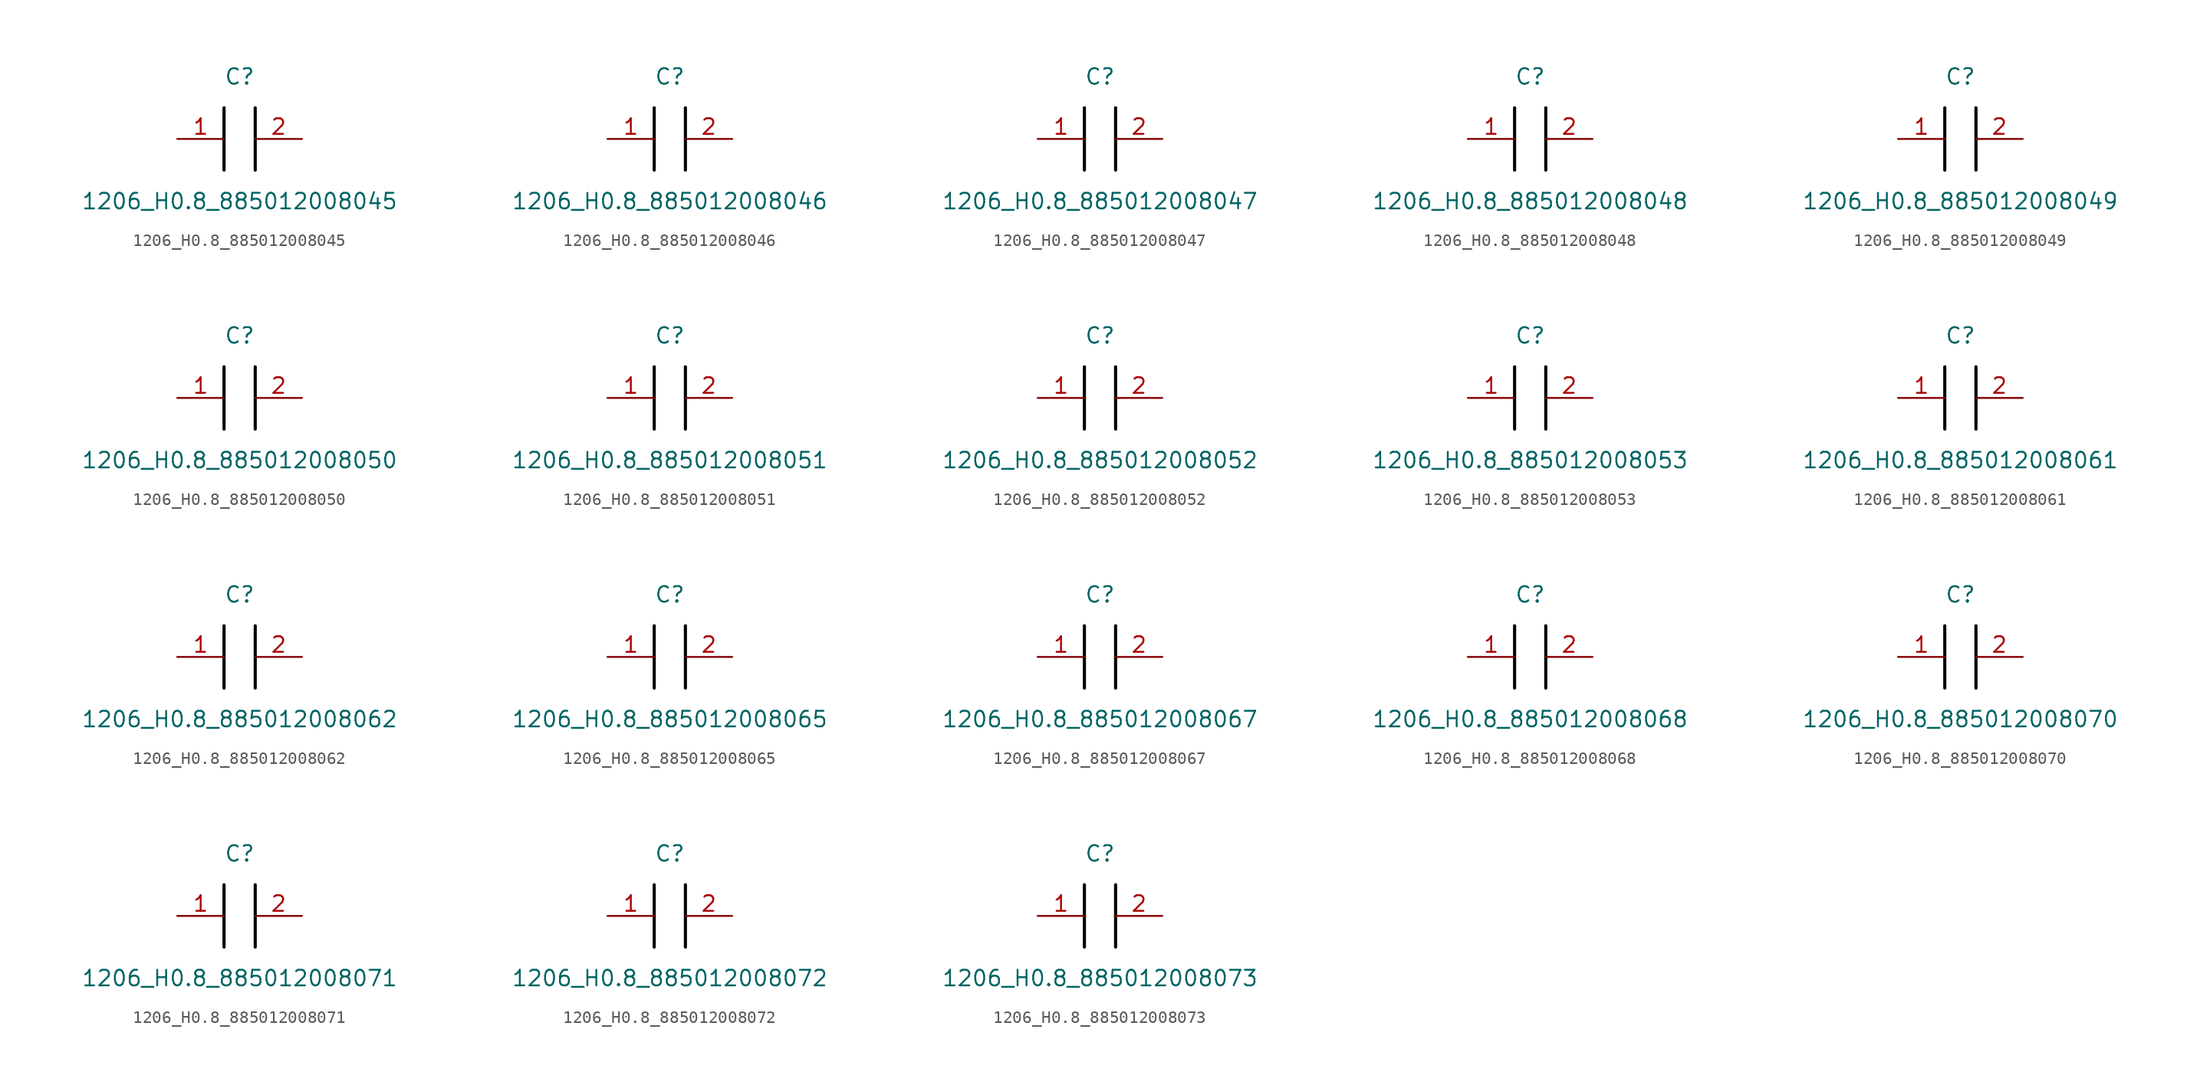
<source format=kicad_sym>
(kicad_symbol_lib
  (version 20220914)
  (generator kicad_symbol_editor)
  (symbol "1206_H0.8_885012008045"
    (pin_names hide)
    (property "Reference" "C"
      (at 0 5.08 0)
      (effects (font (size 1.27 1.27))))
    (property "Value" "1206_H0.8_885012008045"
      (at 0 -5.08 0)
      (effects (font (size 1.27 1.27))))
    (symbol "1206_H0.8_885012008045_1_1"
      (polyline (pts (xy -1.27 2.54) (xy -1.27 -2.54)) (stroke (width 0.254) (type default) (color 0 0 0 1)) (fill (type none)))
      (polyline (pts (xy 1.27 2.54) (xy 1.27 -2.54)) (stroke (width 0.254) (type default) (color 0 0 0 1)) (fill (type none)))
      (pin passive line (at -5.08 0 0) (length 3.81) (name "1" (effects (font (size 1.27 1.27)))) (number "1" (effects (font (size 1.27 1.27)))))
      (pin passive line (at 5.08 0 180) (length 3.81) (name "2" (effects (font (size 1.27 1.27)))) (number "2" (effects (font (size 1.27 1.27)))))))
  (symbol "1206_H0.8_885012008046"
    (pin_names hide)
    (property "Reference" "C"
      (at 0 5.08 0)
      (effects (font (size 1.27 1.27))))
    (property "Value" "1206_H0.8_885012008046"
      (at 0 -5.08 0)
      (effects (font (size 1.27 1.27))))
    (symbol "1206_H0.8_885012008046_1_1"
      (polyline (pts (xy -1.27 2.54) (xy -1.27 -2.54)) (stroke (width 0.254) (type default) (color 0 0 0 1)) (fill (type none)))
      (polyline (pts (xy 1.27 2.54) (xy 1.27 -2.54)) (stroke (width 0.254) (type default) (color 0 0 0 1)) (fill (type none)))
      (pin passive line (at -5.08 0 0) (length 3.81) (name "1" (effects (font (size 1.27 1.27)))) (number "1" (effects (font (size 1.27 1.27)))))
      (pin passive line (at 5.08 0 180) (length 3.81) (name "2" (effects (font (size 1.27 1.27)))) (number "2" (effects (font (size 1.27 1.27)))))))
  (symbol "1206_H0.8_885012008047"
    (pin_names hide)
    (property "Reference" "C"
      (at 0 5.08 0)
      (effects (font (size 1.27 1.27))))
    (property "Value" "1206_H0.8_885012008047"
      (at 0 -5.08 0)
      (effects (font (size 1.27 1.27))))
    (symbol "1206_H0.8_885012008047_1_1"
      (polyline (pts (xy -1.27 2.54) (xy -1.27 -2.54)) (stroke (width 0.254) (type default) (color 0 0 0 1)) (fill (type none)))
      (polyline (pts (xy 1.27 2.54) (xy 1.27 -2.54)) (stroke (width 0.254) (type default) (color 0 0 0 1)) (fill (type none)))
      (pin passive line (at -5.08 0 0) (length 3.81) (name "1" (effects (font (size 1.27 1.27)))) (number "1" (effects (font (size 1.27 1.27)))))
      (pin passive line (at 5.08 0 180) (length 3.81) (name "2" (effects (font (size 1.27 1.27)))) (number "2" (effects (font (size 1.27 1.27)))))))
  (symbol "1206_H0.8_885012008048"
    (pin_names hide)
    (property "Reference" "C"
      (at 0 5.08 0)
      (effects (font (size 1.27 1.27))))
    (property "Value" "1206_H0.8_885012008048"
      (at 0 -5.08 0)
      (effects (font (size 1.27 1.27))))
    (symbol "1206_H0.8_885012008048_1_1"
      (polyline (pts (xy -1.27 2.54) (xy -1.27 -2.54)) (stroke (width 0.254) (type default) (color 0 0 0 1)) (fill (type none)))
      (polyline (pts (xy 1.27 2.54) (xy 1.27 -2.54)) (stroke (width 0.254) (type default) (color 0 0 0 1)) (fill (type none)))
      (pin passive line (at -5.08 0 0) (length 3.81) (name "1" (effects (font (size 1.27 1.27)))) (number "1" (effects (font (size 1.27 1.27)))))
      (pin passive line (at 5.08 0 180) (length 3.81) (name "2" (effects (font (size 1.27 1.27)))) (number "2" (effects (font (size 1.27 1.27)))))))
  (symbol "1206_H0.8_885012008049"
    (pin_names hide)
    (property "Reference" "C"
      (at 0 5.08 0)
      (effects (font (size 1.27 1.27))))
    (property "Value" "1206_H0.8_885012008049"
      (at 0 -5.08 0)
      (effects (font (size 1.27 1.27))))
    (symbol "1206_H0.8_885012008049_1_1"
      (polyline (pts (xy -1.27 2.54) (xy -1.27 -2.54)) (stroke (width 0.254) (type default) (color 0 0 0 1)) (fill (type none)))
      (polyline (pts (xy 1.27 2.54) (xy 1.27 -2.54)) (stroke (width 0.254) (type default) (color 0 0 0 1)) (fill (type none)))
      (pin passive line (at -5.08 0 0) (length 3.81) (name "1" (effects (font (size 1.27 1.27)))) (number "1" (effects (font (size 1.27 1.27)))))
      (pin passive line (at 5.08 0 180) (length 3.81) (name "2" (effects (font (size 1.27 1.27)))) (number "2" (effects (font (size 1.27 1.27)))))))
  (symbol "1206_H0.8_885012008050"
    (pin_names hide)
    (property "Reference" "C"
      (at 0 5.08 0)
      (effects (font (size 1.27 1.27))))
    (property "Value" "1206_H0.8_885012008050"
      (at 0 -5.08 0)
      (effects (font (size 1.27 1.27))))
    (symbol "1206_H0.8_885012008050_1_1"
      (polyline (pts (xy -1.27 2.54) (xy -1.27 -2.54)) (stroke (width 0.254) (type default) (color 0 0 0 1)) (fill (type none)))
      (polyline (pts (xy 1.27 2.54) (xy 1.27 -2.54)) (stroke (width 0.254) (type default) (color 0 0 0 1)) (fill (type none)))
      (pin passive line (at -5.08 0 0) (length 3.81) (name "1" (effects (font (size 1.27 1.27)))) (number "1" (effects (font (size 1.27 1.27)))))
      (pin passive line (at 5.08 0 180) (length 3.81) (name "2" (effects (font (size 1.27 1.27)))) (number "2" (effects (font (size 1.27 1.27)))))))
  (symbol "1206_H0.8_885012008051"
    (pin_names hide)
    (property "Reference" "C"
      (at 0 5.08 0)
      (effects (font (size 1.27 1.27))))
    (property "Value" "1206_H0.8_885012008051"
      (at 0 -5.08 0)
      (effects (font (size 1.27 1.27))))
    (symbol "1206_H0.8_885012008051_1_1"
      (polyline (pts (xy -1.27 2.54) (xy -1.27 -2.54)) (stroke (width 0.254) (type default) (color 0 0 0 1)) (fill (type none)))
      (polyline (pts (xy 1.27 2.54) (xy 1.27 -2.54)) (stroke (width 0.254) (type default) (color 0 0 0 1)) (fill (type none)))
      (pin passive line (at -5.08 0 0) (length 3.81) (name "1" (effects (font (size 1.27 1.27)))) (number "1" (effects (font (size 1.27 1.27)))))
      (pin passive line (at 5.08 0 180) (length 3.81) (name "2" (effects (font (size 1.27 1.27)))) (number "2" (effects (font (size 1.27 1.27)))))))
  (symbol "1206_H0.8_885012008052"
    (pin_names hide)
    (property "Reference" "C"
      (at 0 5.08 0)
      (effects (font (size 1.27 1.27))))
    (property "Value" "1206_H0.8_885012008052"
      (at 0 -5.08 0)
      (effects (font (size 1.27 1.27))))
    (symbol "1206_H0.8_885012008052_1_1"
      (polyline (pts (xy -1.27 2.54) (xy -1.27 -2.54)) (stroke (width 0.254) (type default) (color 0 0 0 1)) (fill (type none)))
      (polyline (pts (xy 1.27 2.54) (xy 1.27 -2.54)) (stroke (width 0.254) (type default) (color 0 0 0 1)) (fill (type none)))
      (pin passive line (at -5.08 0 0) (length 3.81) (name "1" (effects (font (size 1.27 1.27)))) (number "1" (effects (font (size 1.27 1.27)))))
      (pin passive line (at 5.08 0 180) (length 3.81) (name "2" (effects (font (size 1.27 1.27)))) (number "2" (effects (font (size 1.27 1.27)))))))
  (symbol "1206_H0.8_885012008053"
    (pin_names hide)
    (property "Reference" "C"
      (at 0 5.08 0)
      (effects (font (size 1.27 1.27))))
    (property "Value" "1206_H0.8_885012008053"
      (at 0 -5.08 0)
      (effects (font (size 1.27 1.27))))
    (symbol "1206_H0.8_885012008053_1_1"
      (polyline (pts (xy -1.27 2.54) (xy -1.27 -2.54)) (stroke (width 0.254) (type default) (color 0 0 0 1)) (fill (type none)))
      (polyline (pts (xy 1.27 2.54) (xy 1.27 -2.54)) (stroke (width 0.254) (type default) (color 0 0 0 1)) (fill (type none)))
      (pin passive line (at -5.08 0 0) (length 3.81) (name "1" (effects (font (size 1.27 1.27)))) (number "1" (effects (font (size 1.27 1.27)))))
      (pin passive line (at 5.08 0 180) (length 3.81) (name "2" (effects (font (size 1.27 1.27)))) (number "2" (effects (font (size 1.27 1.27)))))))
  (symbol "1206_H0.8_885012008061"
    (pin_names hide)
    (property "Reference" "C"
      (at 0 5.08 0)
      (effects (font (size 1.27 1.27))))
    (property "Value" "1206_H0.8_885012008061"
      (at 0 -5.08 0)
      (effects (font (size 1.27 1.27))))
    (symbol "1206_H0.8_885012008061_1_1"
      (polyline (pts (xy -1.27 2.54) (xy -1.27 -2.54)) (stroke (width 0.254) (type default) (color 0 0 0 1)) (fill (type none)))
      (polyline (pts (xy 1.27 2.54) (xy 1.27 -2.54)) (stroke (width 0.254) (type default) (color 0 0 0 1)) (fill (type none)))
      (pin passive line (at -5.08 0 0) (length 3.81) (name "1" (effects (font (size 1.27 1.27)))) (number "1" (effects (font (size 1.27 1.27)))))
      (pin passive line (at 5.08 0 180) (length 3.81) (name "2" (effects (font (size 1.27 1.27)))) (number "2" (effects (font (size 1.27 1.27)))))))
  (symbol "1206_H0.8_885012008062"
    (pin_names hide)
    (property "Reference" "C"
      (at 0 5.08 0)
      (effects (font (size 1.27 1.27))))
    (property "Value" "1206_H0.8_885012008062"
      (at 0 -5.08 0)
      (effects (font (size 1.27 1.27))))
    (symbol "1206_H0.8_885012008062_1_1"
      (polyline (pts (xy -1.27 2.54) (xy -1.27 -2.54)) (stroke (width 0.254) (type default) (color 0 0 0 1)) (fill (type none)))
      (polyline (pts (xy 1.27 2.54) (xy 1.27 -2.54)) (stroke (width 0.254) (type default) (color 0 0 0 1)) (fill (type none)))
      (pin passive line (at -5.08 0 0) (length 3.81) (name "1" (effects (font (size 1.27 1.27)))) (number "1" (effects (font (size 1.27 1.27)))))
      (pin passive line (at 5.08 0 180) (length 3.81) (name "2" (effects (font (size 1.27 1.27)))) (number "2" (effects (font (size 1.27 1.27)))))))
  (symbol "1206_H0.8_885012008065"
    (pin_names hide)
    (property "Reference" "C"
      (at 0 5.08 0)
      (effects (font (size 1.27 1.27))))
    (property "Value" "1206_H0.8_885012008065"
      (at 0 -5.08 0)
      (effects (font (size 1.27 1.27))))
    (symbol "1206_H0.8_885012008065_1_1"
      (polyline (pts (xy -1.27 2.54) (xy -1.27 -2.54)) (stroke (width 0.254) (type default) (color 0 0 0 1)) (fill (type none)))
      (polyline (pts (xy 1.27 2.54) (xy 1.27 -2.54)) (stroke (width 0.254) (type default) (color 0 0 0 1)) (fill (type none)))
      (pin passive line (at -5.08 0 0) (length 3.81) (name "1" (effects (font (size 1.27 1.27)))) (number "1" (effects (font (size 1.27 1.27)))))
      (pin passive line (at 5.08 0 180) (length 3.81) (name "2" (effects (font (size 1.27 1.27)))) (number "2" (effects (font (size 1.27 1.27)))))))
  (symbol "1206_H0.8_885012008067"
    (pin_names hide)
    (property "Reference" "C"
      (at 0 5.08 0)
      (effects (font (size 1.27 1.27))))
    (property "Value" "1206_H0.8_885012008067"
      (at 0 -5.08 0)
      (effects (font (size 1.27 1.27))))
    (symbol "1206_H0.8_885012008067_1_1"
      (polyline (pts (xy -1.27 2.54) (xy -1.27 -2.54)) (stroke (width 0.254) (type default) (color 0 0 0 1)) (fill (type none)))
      (polyline (pts (xy 1.27 2.54) (xy 1.27 -2.54)) (stroke (width 0.254) (type default) (color 0 0 0 1)) (fill (type none)))
      (pin passive line (at -5.08 0 0) (length 3.81) (name "1" (effects (font (size 1.27 1.27)))) (number "1" (effects (font (size 1.27 1.27)))))
      (pin passive line (at 5.08 0 180) (length 3.81) (name "2" (effects (font (size 1.27 1.27)))) (number "2" (effects (font (size 1.27 1.27)))))))
  (symbol "1206_H0.8_885012008068"
    (pin_names hide)
    (property "Reference" "C"
      (at 0 5.08 0)
      (effects (font (size 1.27 1.27))))
    (property "Value" "1206_H0.8_885012008068"
      (at 0 -5.08 0)
      (effects (font (size 1.27 1.27))))
    (symbol "1206_H0.8_885012008068_1_1"
      (polyline (pts (xy -1.27 2.54) (xy -1.27 -2.54)) (stroke (width 0.254) (type default) (color 0 0 0 1)) (fill (type none)))
      (polyline (pts (xy 1.27 2.54) (xy 1.27 -2.54)) (stroke (width 0.254) (type default) (color 0 0 0 1)) (fill (type none)))
      (pin passive line (at -5.08 0 0) (length 3.81) (name "1" (effects (font (size 1.27 1.27)))) (number "1" (effects (font (size 1.27 1.27)))))
      (pin passive line (at 5.08 0 180) (length 3.81) (name "2" (effects (font (size 1.27 1.27)))) (number "2" (effects (font (size 1.27 1.27)))))))
  (symbol "1206_H0.8_885012008070"
    (pin_names hide)
    (property "Reference" "C"
      (at 0 5.08 0)
      (effects (font (size 1.27 1.27))))
    (property "Value" "1206_H0.8_885012008070"
      (at 0 -5.08 0)
      (effects (font (size 1.27 1.27))))
    (symbol "1206_H0.8_885012008070_1_1"
      (polyline (pts (xy -1.27 2.54) (xy -1.27 -2.54)) (stroke (width 0.254) (type default) (color 0 0 0 1)) (fill (type none)))
      (polyline (pts (xy 1.27 2.54) (xy 1.27 -2.54)) (stroke (width 0.254) (type default) (color 0 0 0 1)) (fill (type none)))
      (pin passive line (at -5.08 0 0) (length 3.81) (name "1" (effects (font (size 1.27 1.27)))) (number "1" (effects (font (size 1.27 1.27)))))
      (pin passive line (at 5.08 0 180) (length 3.81) (name "2" (effects (font (size 1.27 1.27)))) (number "2" (effects (font (size 1.27 1.27)))))))
  (symbol "1206_H0.8_885012008071"
    (pin_names hide)
    (property "Reference" "C"
      (at 0 5.08 0)
      (effects (font (size 1.27 1.27))))
    (property "Value" "1206_H0.8_885012008071"
      (at 0 -5.08 0)
      (effects (font (size 1.27 1.27))))
    (symbol "1206_H0.8_885012008071_1_1"
      (polyline (pts (xy -1.27 2.54) (xy -1.27 -2.54)) (stroke (width 0.254) (type default) (color 0 0 0 1)) (fill (type none)))
      (polyline (pts (xy 1.27 2.54) (xy 1.27 -2.54)) (stroke (width 0.254) (type default) (color 0 0 0 1)) (fill (type none)))
      (pin passive line (at -5.08 0 0) (length 3.81) (name "1" (effects (font (size 1.27 1.27)))) (number "1" (effects (font (size 1.27 1.27)))))
      (pin passive line (at 5.08 0 180) (length 3.81) (name "2" (effects (font (size 1.27 1.27)))) (number "2" (effects (font (size 1.27 1.27)))))))
  (symbol "1206_H0.8_885012008072"
    (pin_names hide)
    (property "Reference" "C"
      (at 0 5.08 0)
      (effects (font (size 1.27 1.27))))
    (property "Value" "1206_H0.8_885012008072"
      (at 0 -5.08 0)
      (effects (font (size 1.27 1.27))))
    (symbol "1206_H0.8_885012008072_1_1"
      (polyline (pts (xy -1.27 2.54) (xy -1.27 -2.54)) (stroke (width 0.254) (type default) (color 0 0 0 1)) (fill (type none)))
      (polyline (pts (xy 1.27 2.54) (xy 1.27 -2.54)) (stroke (width 0.254) (type default) (color 0 0 0 1)) (fill (type none)))
      (pin passive line (at -5.08 0 0) (length 3.81) (name "1" (effects (font (size 1.27 1.27)))) (number "1" (effects (font (size 1.27 1.27)))))
      (pin passive line (at 5.08 0 180) (length 3.81) (name "2" (effects (font (size 1.27 1.27)))) (number "2" (effects (font (size 1.27 1.27)))))))
  (symbol "1206_H0.8_885012008073"
    (pin_names hide)
    (property "Reference" "C"
      (at 0 5.08 0)
      (effects (font (size 1.27 1.27))))
    (property "Value" "1206_H0.8_885012008073"
      (at 0 -5.08 0)
      (effects (font (size 1.27 1.27))))
    (symbol "1206_H0.8_885012008073_1_1"
      (polyline (pts (xy -1.27 2.54) (xy -1.27 -2.54)) (stroke (width 0.254) (type default) (color 0 0 0 1)) (fill (type none)))
      (polyline (pts (xy 1.27 2.54) (xy 1.27 -2.54)) (stroke (width 0.254) (type default) (color 0 0 0 1)) (fill (type none)))
      (pin passive line (at -5.08 0 0) (length 3.81) (name "1" (effects (font (size 1.27 1.27)))) (number "1" (effects (font (size 1.27 1.27)))))
      (pin passive line (at 5.08 0 180) (length 3.81) (name "2" (effects (font (size 1.27 1.27)))) (number "2" (effects (font (size 1.27 1.27))))))))
</source>
